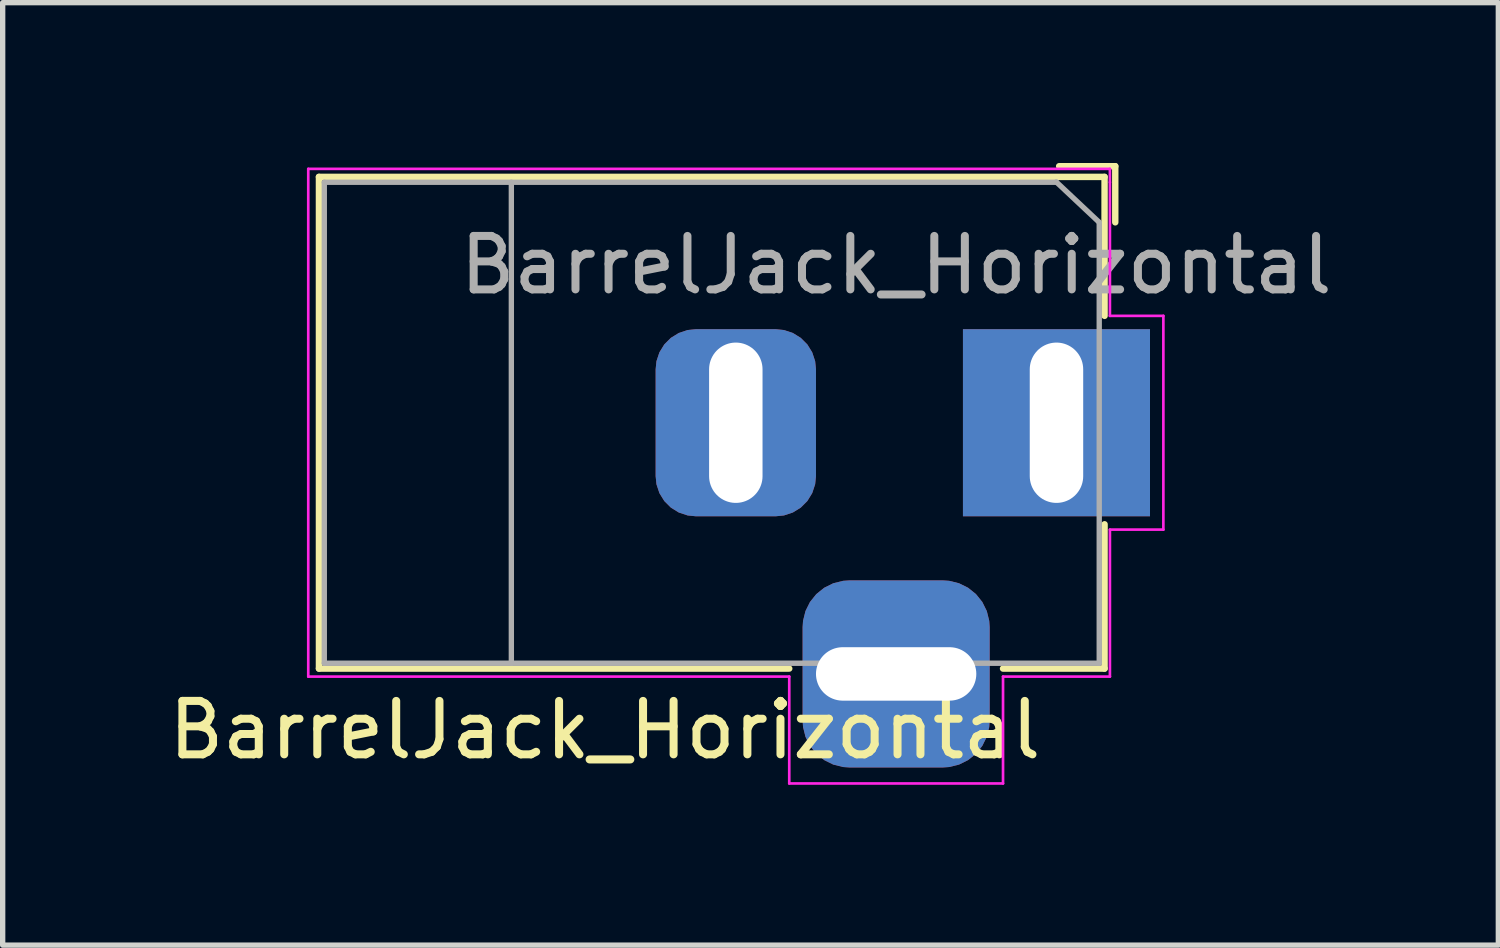
<source format=kicad_pcb>
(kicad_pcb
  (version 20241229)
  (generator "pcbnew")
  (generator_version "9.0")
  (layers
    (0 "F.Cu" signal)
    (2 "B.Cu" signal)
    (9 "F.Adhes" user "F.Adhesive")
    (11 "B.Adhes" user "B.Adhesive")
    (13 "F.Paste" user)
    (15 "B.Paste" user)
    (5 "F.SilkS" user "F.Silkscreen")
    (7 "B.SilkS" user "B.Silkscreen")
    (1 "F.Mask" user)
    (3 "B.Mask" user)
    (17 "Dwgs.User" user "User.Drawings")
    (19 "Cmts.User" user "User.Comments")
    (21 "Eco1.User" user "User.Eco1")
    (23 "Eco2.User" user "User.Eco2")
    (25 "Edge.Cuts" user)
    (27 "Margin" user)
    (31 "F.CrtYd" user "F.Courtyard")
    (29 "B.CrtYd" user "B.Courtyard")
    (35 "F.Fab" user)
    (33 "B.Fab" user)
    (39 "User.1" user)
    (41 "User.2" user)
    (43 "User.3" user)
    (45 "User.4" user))
  (footprint "BarrelJack_Horizontal"
    (layer "F.Cu")
    (at 16.718 4.86)
    (property "Reference" "BarrelJack_Horizontal" (at -8.45 5.75 0) (layer "F.SilkS") (effects (font (size 1 1) (thickness 0.15))))
    (attr through_hole)
    (fp_line (start -13.8 -4.6) (end 0.9 -4.6) (stroke (width 0.12) (type solid)) (layer "F.SilkS"))
    (fp_line (start -13.8 4.6) (end -13.8 -4.6) (stroke (width 0.12) (type solid)) (layer "F.SilkS"))
    (fp_line (start -5 4.6) (end -13.8 4.6) (stroke (width 0.12) (type solid)) (layer "F.SilkS"))
    (fp_line (start 0.05 -4.8) (end 1.1 -4.8) (stroke (width 0.12) (type solid)) (layer "F.SilkS"))
    (fp_line (start 0.9 -4.6) (end 0.9 -2) (stroke (width 0.12) (type solid)) (layer "F.SilkS"))
    (fp_line (start 0.9 1.9) (end 0.9 4.6) (stroke (width 0.12) (type solid)) (layer "F.SilkS"))
    (fp_line (start 0.9 4.6) (end -1 4.6) (stroke (width 0.12) (type solid)) (layer "F.SilkS"))
    (fp_line (start 1.1 -3.75) (end 1.1 -4.8) (stroke (width 0.12) (type solid)) (layer "F.SilkS"))
    (fp_line (start -14 4.75) (end -14 -4.75) (stroke (width 0.05) (type solid)) (layer "F.CrtYd"))
    (fp_line (start -5 4.75) (end -14 4.75) (stroke (width 0.05) (type solid)) (layer "F.CrtYd"))
    (fp_line (start -5 6.75) (end -5 4.75) (stroke (width 0.05) (type solid)) (layer "F.CrtYd"))
    (fp_line (start -1 4.75) (end -1 6.75) (stroke (width 0.05) (type solid)) (layer "F.CrtYd"))
    (fp_line (start -1 6.75) (end -5 6.75) (stroke (width 0.05) (type solid)) (layer "F.CrtYd"))
    (fp_line (start 1 -4.75) (end -14 -4.75) (stroke (width 0.05) (type solid)) (layer "F.CrtYd"))
    (fp_line (start 1 -4.5) (end 1 -4.75) (stroke (width 0.05) (type solid)) (layer "F.CrtYd"))
    (fp_line (start 1 -4.5) (end 1 -2) (stroke (width 0.05) (type solid)) (layer "F.CrtYd"))
    (fp_line (start 1 -2) (end 2 -2) (stroke (width 0.05) (type solid)) (layer "F.CrtYd"))
    (fp_line (start 1 2) (end 1 4.75) (stroke (width 0.05) (type solid)) (layer "F.CrtYd"))
    (fp_line (start 1 4.75) (end -1 4.75) (stroke (width 0.05) (type solid)) (layer "F.CrtYd"))
    (fp_line (start 2 -2) (end 2 2) (stroke (width 0.05) (type solid)) (layer "F.CrtYd"))
    (fp_line (start 2 2) (end 1 2) (stroke (width 0.05) (type solid)) (layer "F.CrtYd"))
    (fp_line (start -13.7 -4.5) (end -13.7 4.5) (stroke (width 0.1) (type solid)) (layer "F.Fab"))
    (fp_line (start -13.7 4.5) (end 0.8 4.5) (stroke (width 0.1) (type solid)) (layer "F.Fab"))
    (fp_line (start -10.2 -4.5) (end -10.2 4.5) (stroke (width 0.1) (type solid)) (layer "F.Fab"))
    (fp_line (start -0.003 -4.505) (end 0.8 -3.75) (stroke (width 0.1) (type solid)) (layer "F.Fab"))
    (fp_line (start 0 -4.5) (end -13.7 -4.5) (stroke (width 0.1) (type solid)) (layer "F.Fab"))
    (fp_line (start 0.8 4.5) (end 0.8 -3.75) (stroke (width 0.1) (type solid)) (layer "F.Fab"))
    (fp_text user "${REFERENCE}" (at -3 -2.95 0) (layer "F.Fab") (effects (font (size 1 1) (thickness 0.15))))
    (pad "1" thru_hole rect (at 0 0) (size 3.5 3.5) (drill oval 1 3) (layers "*.Cu" "*.Mask"))
    (pad "2" thru_hole roundrect (at -6 0) (size 3 3.5) (drill oval 1 3) (layers "*.Cu" "*.Mask") (roundrect_rratio 0.25))
    (pad "MP" thru_hole roundrect (at -3 4.7) (size 3.5 3.5) (drill oval 3 1) (layers "*.Cu" "*.Mask") (roundrect_rratio 0.25)))
  (gr_rect
    (start -3 -3)
    (end 24.986 14.635)
    (stroke (width 0.1) (type default))
    (fill no)
    (layer "Edge.Cuts")))
</source>
